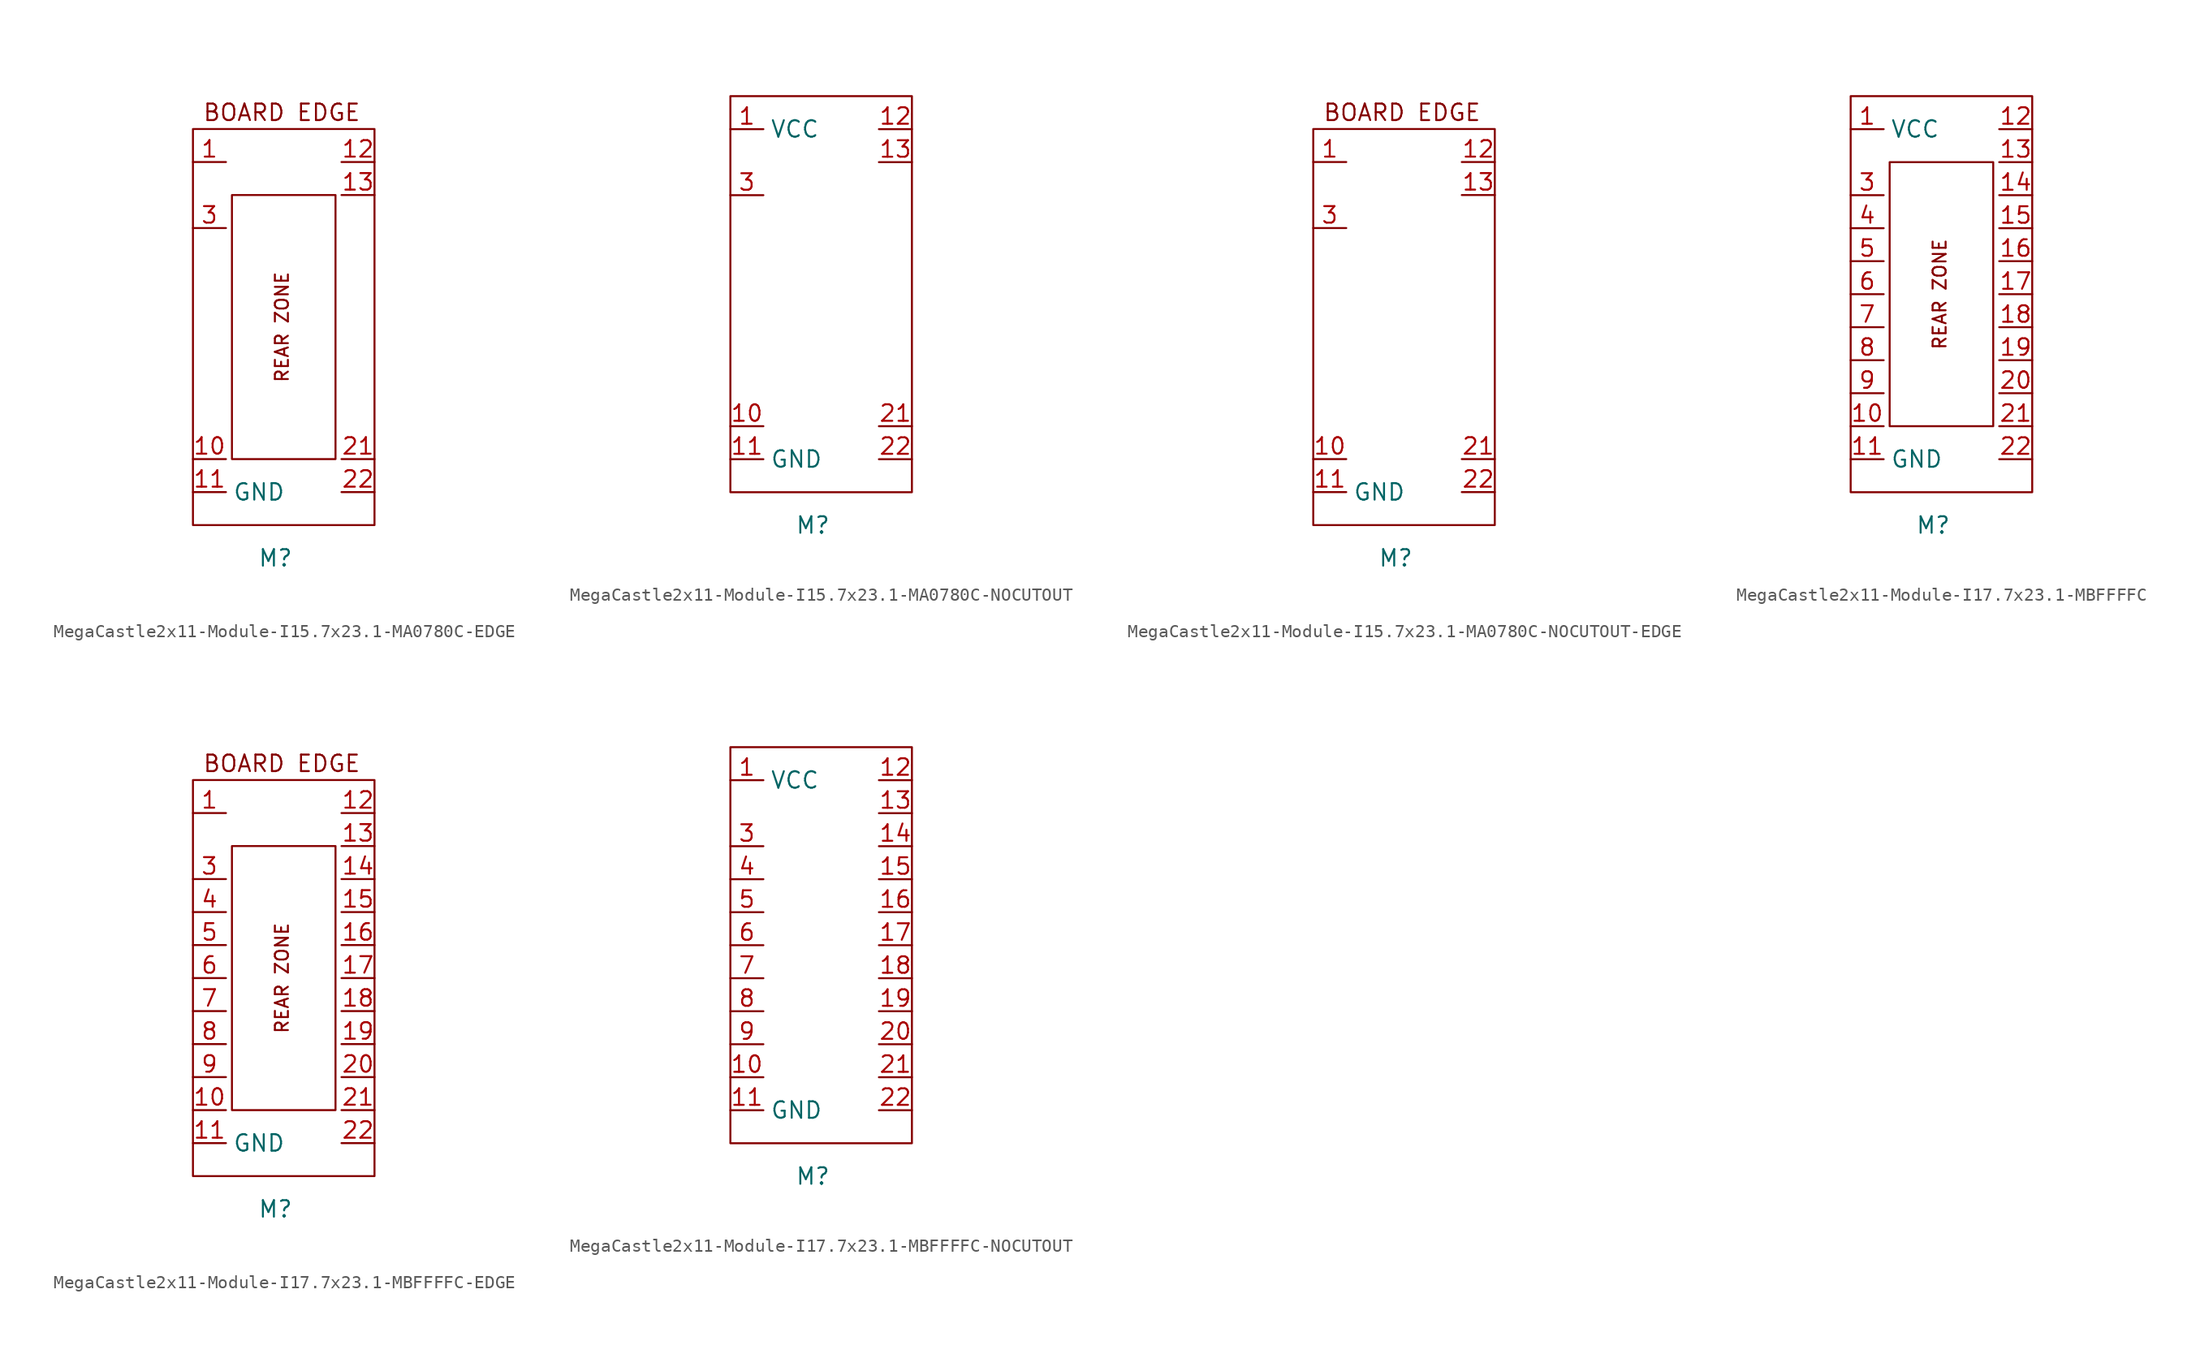
<source format=kicad_sym>
(kicad_symbol_lib
  (version 20231120)
  (generator "kicad_symbol_editor")
  (generator_version "8.0")
  (symbol "MegaCastle2x11-Module-I15.7x23.1-MA0780C-EDGE"
    (property "Reference" "M"
      (at 0 -17.78 0)
      (effects (font (size 1.27 1.27))))
    (property "Value" ""
      (at 0 5.08 0)
      (effects (font (size 1.27 1.27))))
    (symbol "MegaCastle2x11-Module-I15.7x23.1-MA0780C-EDGE_0_1"
      (rectangle (start -6.35 15.24) (end 7.62 -15.24) (stroke (width 0) (type default)) (fill (type none)))
      (rectangle (start -3.35 10.16) (end 4.62 -10.16) (stroke (width 0) (type default)) (fill (type none))))
    (symbol "MegaCastle2x11-Module-I15.7x23.1-MA0780C-EDGE_1_1"
      (text " BOARD EDGE" (at 0 16.51 0) (effects (font (size 1.27 1.27))))
      (text "REAR ZONE" (at 0.5 0 900) (effects (font (size 1 1))))
      (pin bidirectional line (at -6.35 12.7 0) (length 2.54) (name "" (effects (font (size 1.27 1.27)))) (number "1" (effects (font (size 1.27 1.27)))))
      (pin bidirectional line (at -6.35 -10.16 0) (length 2.54) (name "" (effects (font (size 1.27 1.27)))) (number "10" (effects (font (size 1.27 1.27)))))
      (pin bidirectional line (at -6.35 -12.7 0) (length 2.54) (name "GND" (effects (font (size 1.27 1.27)))) (number "11" (effects (font (size 1.27 1.27)))))
      (pin bidirectional line (at 7.62 12.7 180) (length 2.54) (name "" (effects (font (size 1.27 1.27)))) (number "12" (effects (font (size 1.27 1.27)))))
      (pin bidirectional line (at 7.62 10.16 180) (length 2.54) (name "" (effects (font (size 1.27 1.27)))) (number "13" (effects (font (size 1.27 1.27)))))
      (pin bidirectional line (at 7.62 -10.16 180) (length 2.54) (name "" (effects (font (size 1.27 1.27)))) (number "21" (effects (font (size 1.27 1.27)))))
      (pin bidirectional line (at 7.62 -12.7 180) (length 2.54) (name "" (effects (font (size 1.27 1.27)))) (number "22" (effects (font (size 1.27 1.27)))))
      (pin bidirectional line (at -6.35 7.62 0) (length 2.54) (name "" (effects (font (size 1.27 1.27)))) (number "3" (effects (font (size 1.27 1.27)))))))
  (symbol "MegaCastle2x11-Module-I15.7x23.1-MA0780C-NOCUTOUT"
    (property "Reference" "M"
      (at 0 -17.78 0)
      (effects (font (size 1.27 1.27))))
    (property "Value" ""
      (at 0 5.08 0)
      (effects (font (size 1.27 1.27))))
    (symbol "MegaCastle2x11-Module-I15.7x23.1-MA0780C-NOCUTOUT_0_1"
      (rectangle (start -6.35 15.24) (end 7.62 -15.24) (stroke (width 0) (type default)) (fill (type none))))
    (symbol "MegaCastle2x11-Module-I15.7x23.1-MA0780C-NOCUTOUT_1_1"
      (pin bidirectional line (at -6.35 12.7 0) (length 2.54) (name "VCC" (effects (font (size 1.27 1.27)))) (number "1" (effects (font (size 1.27 1.27)))))
      (pin bidirectional line (at -6.35 -10.16 0) (length 2.54) (name "" (effects (font (size 1.27 1.27)))) (number "10" (effects (font (size 1.27 1.27)))))
      (pin bidirectional line (at -6.35 -12.7 0) (length 2.54) (name "GND" (effects (font (size 1.27 1.27)))) (number "11" (effects (font (size 1.27 1.27)))))
      (pin bidirectional line (at 7.62 12.7 180) (length 2.54) (name "" (effects (font (size 1.27 1.27)))) (number "12" (effects (font (size 1.27 1.27)))))
      (pin bidirectional line (at 7.62 10.16 180) (length 2.54) (name "" (effects (font (size 1.27 1.27)))) (number "13" (effects (font (size 1.27 1.27)))))
      (pin bidirectional line (at 7.62 -10.16 180) (length 2.54) (name "" (effects (font (size 1.27 1.27)))) (number "21" (effects (font (size 1.27 1.27)))))
      (pin bidirectional line (at 7.62 -12.7 180) (length 2.54) (name "" (effects (font (size 1.27 1.27)))) (number "22" (effects (font (size 1.27 1.27)))))
      (pin bidirectional line (at -6.35 7.62 0) (length 2.54) (name "" (effects (font (size 1.27 1.27)))) (number "3" (effects (font (size 1.27 1.27)))))))
  (symbol "MegaCastle2x11-Module-I15.7x23.1-MA0780C-NOCUTOUT-EDGE"
    (property "Reference" "M"
      (at 0 -17.78 0)
      (effects (font (size 1.27 1.27))))
    (property "Value" ""
      (at 0 5.08 0)
      (effects (font (size 1.27 1.27))))
    (symbol "MegaCastle2x11-Module-I15.7x23.1-MA0780C-NOCUTOUT-EDGE_0_1"
      (rectangle (start -6.35 15.24) (end 7.62 -15.24) (stroke (width 0) (type default)) (fill (type none))))
    (symbol "MegaCastle2x11-Module-I15.7x23.1-MA0780C-NOCUTOUT-EDGE_1_1"
      (text " BOARD EDGE" (at 0 16.51 0) (effects (font (size 1.27 1.27))))
      (pin bidirectional line (at -6.35 12.7 0) (length 2.54) (name "" (effects (font (size 1.27 1.27)))) (number "1" (effects (font (size 1.27 1.27)))))
      (pin bidirectional line (at -6.35 -10.16 0) (length 2.54) (name "" (effects (font (size 1.27 1.27)))) (number "10" (effects (font (size 1.27 1.27)))))
      (pin bidirectional line (at -6.35 -12.7 0) (length 2.54) (name "GND" (effects (font (size 1.27 1.27)))) (number "11" (effects (font (size 1.27 1.27)))))
      (pin bidirectional line (at 7.62 12.7 180) (length 2.54) (name "" (effects (font (size 1.27 1.27)))) (number "12" (effects (font (size 1.27 1.27)))))
      (pin bidirectional line (at 7.62 10.16 180) (length 2.54) (name "" (effects (font (size 1.27 1.27)))) (number "13" (effects (font (size 1.27 1.27)))))
      (pin bidirectional line (at 7.62 -10.16 180) (length 2.54) (name "" (effects (font (size 1.27 1.27)))) (number "21" (effects (font (size 1.27 1.27)))))
      (pin bidirectional line (at 7.62 -12.7 180) (length 2.54) (name "" (effects (font (size 1.27 1.27)))) (number "22" (effects (font (size 1.27 1.27)))))
      (pin bidirectional line (at -6.35 7.62 0) (length 2.54) (name "" (effects (font (size 1.27 1.27)))) (number "3" (effects (font (size 1.27 1.27)))))))
  (symbol "MegaCastle2x11-Module-I17.7x23.1-MBFFFFC"
    (property "Reference" "M"
      (at 0 -17.78 0)
      (effects (font (size 1.27 1.27))))
    (property "Value" ""
      (at 0 5.08 0)
      (effects (font (size 1.27 1.27))))
    (symbol "MegaCastle2x11-Module-I17.7x23.1-MBFFFFC_0_1"
      (rectangle (start -6.35 15.24) (end 7.62 -15.24) (stroke (width 0) (type default)) (fill (type none)))
      (rectangle (start -3.35 10.16) (end 4.62 -10.16) (stroke (width 0) (type default)) (fill (type none))))
    (symbol "MegaCastle2x11-Module-I17.7x23.1-MBFFFFC_1_1"
      (text "REAR ZONE" (at 0.5 0 900) (effects (font (size 1 1))))
      (pin bidirectional line (at -6.35 12.7 0) (length 2.54) (name "VCC" (effects (font (size 1.27 1.27)))) (number "1" (effects (font (size 1.27 1.27)))))
      (pin bidirectional line (at -6.35 -10.16 0) (length 2.54) (name "" (effects (font (size 1.27 1.27)))) (number "10" (effects (font (size 1.27 1.27)))))
      (pin bidirectional line (at -6.35 -12.7 0) (length 2.54) (name "GND" (effects (font (size 1.27 1.27)))) (number "11" (effects (font (size 1.27 1.27)))))
      (pin bidirectional line (at 7.62 12.7 180) (length 2.54) (name "" (effects (font (size 1.27 1.27)))) (number "12" (effects (font (size 1.27 1.27)))))
      (pin bidirectional line (at 7.62 10.16 180) (length 2.54) (name "" (effects (font (size 1.27 1.27)))) (number "13" (effects (font (size 1.27 1.27)))))
      (pin bidirectional line (at 7.62 7.62 180) (length 2.54) (name "" (effects (font (size 1.27 1.27)))) (number "14" (effects (font (size 1.27 1.27)))))
      (pin bidirectional line (at 7.62 5.08 180) (length 2.54) (name "" (effects (font (size 1.27 1.27)))) (number "15" (effects (font (size 1.27 1.27)))))
      (pin bidirectional line (at 7.62 2.54 180) (length 2.54) (name "" (effects (font (size 1.27 1.27)))) (number "16" (effects (font (size 1.27 1.27)))))
      (pin bidirectional line (at 7.62 0 180) (length 2.54) (name "" (effects (font (size 1.27 1.27)))) (number "17" (effects (font (size 1.27 1.27)))))
      (pin bidirectional line (at 7.62 -2.54 180) (length 2.54) (name "" (effects (font (size 1.27 1.27)))) (number "18" (effects (font (size 1.27 1.27)))))
      (pin bidirectional line (at 7.62 -5.08 180) (length 2.54) (name "" (effects (font (size 1.27 1.27)))) (number "19" (effects (font (size 1.27 1.27)))))
      (pin bidirectional line (at 7.62 -7.62 180) (length 2.54) (name "" (effects (font (size 1.27 1.27)))) (number "20" (effects (font (size 1.27 1.27)))))
      (pin bidirectional line (at 7.62 -10.16 180) (length 2.54) (name "" (effects (font (size 1.27 1.27)))) (number "21" (effects (font (size 1.27 1.27)))))
      (pin bidirectional line (at 7.62 -12.7 180) (length 2.54) (name "" (effects (font (size 1.27 1.27)))) (number "22" (effects (font (size 1.27 1.27)))))
      (pin bidirectional line (at -6.35 7.62 0) (length 2.54) (name "" (effects (font (size 1.27 1.27)))) (number "3" (effects (font (size 1.27 1.27)))))
      (pin bidirectional line (at -6.35 5.08 0) (length 2.54) (name "" (effects (font (size 1.27 1.27)))) (number "4" (effects (font (size 1.27 1.27)))))
      (pin bidirectional line (at -6.35 2.54 0) (length 2.54) (name "" (effects (font (size 1.27 1.27)))) (number "5" (effects (font (size 1.27 1.27)))))
      (pin bidirectional line (at -6.35 0 0) (length 2.54) (name "" (effects (font (size 1.27 1.27)))) (number "6" (effects (font (size 1.27 1.27)))))
      (pin bidirectional line (at -6.35 -2.54 0) (length 2.54) (name "" (effects (font (size 1.27 1.27)))) (number "7" (effects (font (size 1.27 1.27)))))
      (pin bidirectional line (at -6.35 -5.08 0) (length 2.54) (name "" (effects (font (size 1.27 1.27)))) (number "8" (effects (font (size 1.27 1.27)))))
      (pin bidirectional line (at -6.35 -7.62 0) (length 2.54) (name "" (effects (font (size 1.27 1.27)))) (number "9" (effects (font (size 1.27 1.27)))))))
  (symbol "MegaCastle2x11-Module-I17.7x23.1-MBFFFFC-EDGE"
    (property "Reference" "M"
      (at 0 -17.78 0)
      (effects (font (size 1.27 1.27))))
    (property "Value" ""
      (at 0 5.08 0)
      (effects (font (size 1.27 1.27))))
    (symbol "MegaCastle2x11-Module-I17.7x23.1-MBFFFFC-EDGE_0_1"
      (rectangle (start -6.35 15.24) (end 7.62 -15.24) (stroke (width 0) (type default)) (fill (type none)))
      (rectangle (start -3.35 10.16) (end 4.62 -10.16) (stroke (width 0) (type default)) (fill (type none))))
    (symbol "MegaCastle2x11-Module-I17.7x23.1-MBFFFFC-EDGE_1_1"
      (text " BOARD EDGE" (at 0 16.51 0) (effects (font (size 1.27 1.27))))
      (text "REAR ZONE" (at 0.5 0 900) (effects (font (size 1 1))))
      (pin bidirectional line (at -6.35 12.7 0) (length 2.54) (name "" (effects (font (size 1.27 1.27)))) (number "1" (effects (font (size 1.27 1.27)))))
      (pin bidirectional line (at -6.35 -10.16 0) (length 2.54) (name "" (effects (font (size 1.27 1.27)))) (number "10" (effects (font (size 1.27 1.27)))))
      (pin bidirectional line (at -6.35 -12.7 0) (length 2.54) (name "GND" (effects (font (size 1.27 1.27)))) (number "11" (effects (font (size 1.27 1.27)))))
      (pin bidirectional line (at 7.62 12.7 180) (length 2.54) (name "" (effects (font (size 1.27 1.27)))) (number "12" (effects (font (size 1.27 1.27)))))
      (pin bidirectional line (at 7.62 10.16 180) (length 2.54) (name "" (effects (font (size 1.27 1.27)))) (number "13" (effects (font (size 1.27 1.27)))))
      (pin bidirectional line (at 7.62 7.62 180) (length 2.54) (name "" (effects (font (size 1.27 1.27)))) (number "14" (effects (font (size 1.27 1.27)))))
      (pin bidirectional line (at 7.62 5.08 180) (length 2.54) (name "" (effects (font (size 1.27 1.27)))) (number "15" (effects (font (size 1.27 1.27)))))
      (pin bidirectional line (at 7.62 2.54 180) (length 2.54) (name "" (effects (font (size 1.27 1.27)))) (number "16" (effects (font (size 1.27 1.27)))))
      (pin bidirectional line (at 7.62 0 180) (length 2.54) (name "" (effects (font (size 1.27 1.27)))) (number "17" (effects (font (size 1.27 1.27)))))
      (pin bidirectional line (at 7.62 -2.54 180) (length 2.54) (name "" (effects (font (size 1.27 1.27)))) (number "18" (effects (font (size 1.27 1.27)))))
      (pin bidirectional line (at 7.62 -5.08 180) (length 2.54) (name "" (effects (font (size 1.27 1.27)))) (number "19" (effects (font (size 1.27 1.27)))))
      (pin bidirectional line (at 7.62 -7.62 180) (length 2.54) (name "" (effects (font (size 1.27 1.27)))) (number "20" (effects (font (size 1.27 1.27)))))
      (pin bidirectional line (at 7.62 -10.16 180) (length 2.54) (name "" (effects (font (size 1.27 1.27)))) (number "21" (effects (font (size 1.27 1.27)))))
      (pin bidirectional line (at 7.62 -12.7 180) (length 2.54) (name "" (effects (font (size 1.27 1.27)))) (number "22" (effects (font (size 1.27 1.27)))))
      (pin bidirectional line (at -6.35 7.62 0) (length 2.54) (name "" (effects (font (size 1.27 1.27)))) (number "3" (effects (font (size 1.27 1.27)))))
      (pin bidirectional line (at -6.35 5.08 0) (length 2.54) (name "" (effects (font (size 1.27 1.27)))) (number "4" (effects (font (size 1.27 1.27)))))
      (pin bidirectional line (at -6.35 2.54 0) (length 2.54) (name "" (effects (font (size 1.27 1.27)))) (number "5" (effects (font (size 1.27 1.27)))))
      (pin bidirectional line (at -6.35 0 0) (length 2.54) (name "" (effects (font (size 1.27 1.27)))) (number "6" (effects (font (size 1.27 1.27)))))
      (pin bidirectional line (at -6.35 -2.54 0) (length 2.54) (name "" (effects (font (size 1.27 1.27)))) (number "7" (effects (font (size 1.27 1.27)))))
      (pin bidirectional line (at -6.35 -5.08 0) (length 2.54) (name "" (effects (font (size 1.27 1.27)))) (number "8" (effects (font (size 1.27 1.27)))))
      (pin bidirectional line (at -6.35 -7.62 0) (length 2.54) (name "" (effects (font (size 1.27 1.27)))) (number "9" (effects (font (size 1.27 1.27)))))))
  (symbol "MegaCastle2x11-Module-I17.7x23.1-MBFFFFC-NOCUTOUT"
    (property "Reference" "M"
      (at 0 -17.78 0)
      (effects (font (size 1.27 1.27))))
    (property "Value" ""
      (at 0 5.08 0)
      (effects (font (size 1.27 1.27))))
    (symbol "MegaCastle2x11-Module-I17.7x23.1-MBFFFFC-NOCUTOUT_0_1"
      (rectangle (start -6.35 15.24) (end 7.62 -15.24) (stroke (width 0) (type default)) (fill (type none))))
    (symbol "MegaCastle2x11-Module-I17.7x23.1-MBFFFFC-NOCUTOUT_1_1"
      (pin bidirectional line (at -6.35 12.7 0) (length 2.54) (name "VCC" (effects (font (size 1.27 1.27)))) (number "1" (effects (font (size 1.27 1.27)))))
      (pin bidirectional line (at -6.35 -10.16 0) (length 2.54) (name "" (effects (font (size 1.27 1.27)))) (number "10" (effects (font (size 1.27 1.27)))))
      (pin bidirectional line (at -6.35 -12.7 0) (length 2.54) (name "GND" (effects (font (size 1.27 1.27)))) (number "11" (effects (font (size 1.27 1.27)))))
      (pin bidirectional line (at 7.62 12.7 180) (length 2.54) (name "" (effects (font (size 1.27 1.27)))) (number "12" (effects (font (size 1.27 1.27)))))
      (pin bidirectional line (at 7.62 10.16 180) (length 2.54) (name "" (effects (font (size 1.27 1.27)))) (number "13" (effects (font (size 1.27 1.27)))))
      (pin bidirectional line (at 7.62 7.62 180) (length 2.54) (name "" (effects (font (size 1.27 1.27)))) (number "14" (effects (font (size 1.27 1.27)))))
      (pin bidirectional line (at 7.62 5.08 180) (length 2.54) (name "" (effects (font (size 1.27 1.27)))) (number "15" (effects (font (size 1.27 1.27)))))
      (pin bidirectional line (at 7.62 2.54 180) (length 2.54) (name "" (effects (font (size 1.27 1.27)))) (number "16" (effects (font (size 1.27 1.27)))))
      (pin bidirectional line (at 7.62 0 180) (length 2.54) (name "" (effects (font (size 1.27 1.27)))) (number "17" (effects (font (size 1.27 1.27)))))
      (pin bidirectional line (at 7.62 -2.54 180) (length 2.54) (name "" (effects (font (size 1.27 1.27)))) (number "18" (effects (font (size 1.27 1.27)))))
      (pin bidirectional line (at 7.62 -5.08 180) (length 2.54) (name "" (effects (font (size 1.27 1.27)))) (number "19" (effects (font (size 1.27 1.27)))))
      (pin bidirectional line (at 7.62 -7.62 180) (length 2.54) (name "" (effects (font (size 1.27 1.27)))) (number "20" (effects (font (size 1.27 1.27)))))
      (pin bidirectional line (at 7.62 -10.16 180) (length 2.54) (name "" (effects (font (size 1.27 1.27)))) (number "21" (effects (font (size 1.27 1.27)))))
      (pin bidirectional line (at 7.62 -12.7 180) (length 2.54) (name "" (effects (font (size 1.27 1.27)))) (number "22" (effects (font (size 1.27 1.27)))))
      (pin bidirectional line (at -6.35 7.62 0) (length 2.54) (name "" (effects (font (size 1.27 1.27)))) (number "3" (effects (font (size 1.27 1.27)))))
      (pin bidirectional line (at -6.35 5.08 0) (length 2.54) (name "" (effects (font (size 1.27 1.27)))) (number "4" (effects (font (size 1.27 1.27)))))
      (pin bidirectional line (at -6.35 2.54 0) (length 2.54) (name "" (effects (font (size 1.27 1.27)))) (number "5" (effects (font (size 1.27 1.27)))))
      (pin bidirectional line (at -6.35 0 0) (length 2.54) (name "" (effects (font (size 1.27 1.27)))) (number "6" (effects (font (size 1.27 1.27)))))
      (pin bidirectional line (at -6.35 -2.54 0) (length 2.54) (name "" (effects (font (size 1.27 1.27)))) (number "7" (effects (font (size 1.27 1.27)))))
      (pin bidirectional line (at -6.35 -5.08 0) (length 2.54) (name "" (effects (font (size 1.27 1.27)))) (number "8" (effects (font (size 1.27 1.27)))))
      (pin bidirectional line (at -6.35 -7.62 0) (length 2.54) (name "" (effects (font (size 1.27 1.27)))) (number "9" (effects (font (size 1.27 1.27))))))))
</source>
